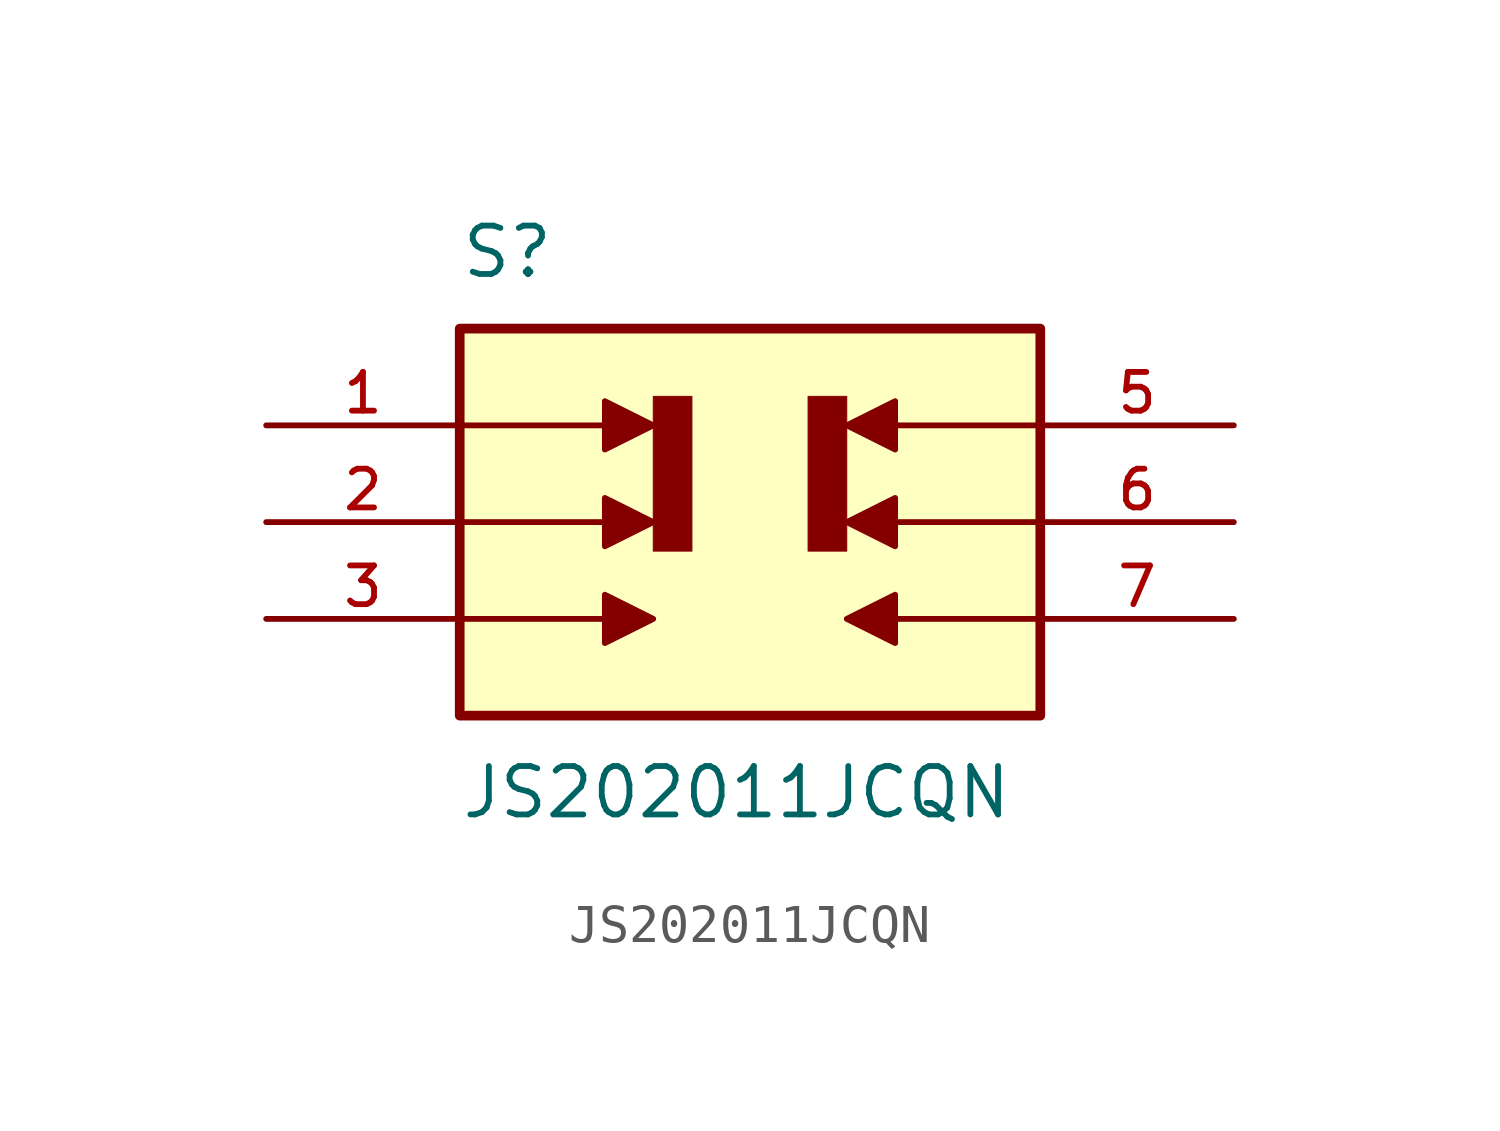
<source format=kicad_sym>
(kicad_symbol_lib
  (version 20211014)
  (generator kicad_symbol_editor)
  (symbol "JS202011JCQN"
    (pin_names
      (offset 1.016))
    (property "Reference" "S"
      (at -7.62 6.35 0)
      (effects (font (size 1.27 1.27)) (justify bottom left)))
    (property "Value" "JS202011JCQN"
      (at -7.62 -6.35 0)
      (effects (font (size 1.27 1.27)) (justify top left)))
    (symbol "JS202011JCQN_0_0"
      (polyline (pts (xy -7.62 2.54) (xy -3.81 2.54)) (stroke (width 0.152)))
      (polyline (pts (xy -3.81 3.175) (xy -3.81 1.905) (xy -2.54 2.54) (xy -3.81 3.175)) (stroke (width 0.152)) (fill (type outline)))
      (polyline (pts (xy -7.62 0.0) (xy -3.81 0.0)) (stroke (width 0.152)))
      (polyline (pts (xy -3.81 0.635) (xy -3.81 -0.635) (xy -2.54 0.0) (xy -3.81 0.635)) (stroke (width 0.152)) (fill (type outline)))
      (polyline (pts (xy -7.62 -2.54) (xy -3.81 -2.54)) (stroke (width 0.152)))
      (polyline (pts (xy -3.81 -1.905) (xy -3.81 -3.175) (xy -2.54 -2.54) (xy -3.81 -1.905)) (stroke (width 0.152)) (fill (type outline)))
      (polyline (pts (xy 7.62 2.54) (xy 3.81 2.54)) (stroke (width 0.152)))
      (polyline (pts (xy 3.81 1.905) (xy 3.81 3.175) (xy 2.54 2.54) (xy 3.81 1.905)) (stroke (width 0.152)) (fill (type outline)))
      (polyline (pts (xy 7.62 0.0) (xy 3.81 0.0)) (stroke (width 0.152)))
      (polyline (pts (xy 3.81 -0.635) (xy 3.81 0.635) (xy 2.54 0.0) (xy 3.81 -0.635)) (stroke (width 0.152)) (fill (type outline)))
      (polyline (pts (xy 7.62 -2.54) (xy 3.81 -2.54)) (stroke (width 0.152)))
      (polyline (pts (xy 3.81 -3.175) (xy 3.81 -1.905) (xy 2.54 -2.54) (xy 3.81 -3.175)) (stroke (width 0.152)) (fill (type outline)))
      (polyline (pts (xy -2.54 3.302) (xy -2.54 -0.762) (xy -1.524 -0.762) (xy -1.524 3.302) (xy -2.54 3.302)) (stroke (width 0.025)) (fill (type outline)))
      (polyline (pts (xy 1.524 3.302) (xy 1.524 -0.762) (xy 2.54 -0.762) (xy 2.54 3.302) (xy 1.524 3.302)) (stroke (width 0.025)) (fill (type outline)))
      (rectangle (start -7.62 -5.08) (end 7.62 5.08) (stroke (width 0.254)) (fill (type background)))
      (pin passive line (at -12.7 2.54 0) (length 5.08) (name "~" (effects (font (size 1.016 1.016)))) (number "1" (effects (font (size 1.016 1.016)))))
      (pin passive line (at -12.7 0.0 0) (length 5.08) (name "~" (effects (font (size 1.016 1.016)))) (number "2" (effects (font (size 1.016 1.016)))))
      (pin passive line (at -12.7 -2.54 0) (length 5.08) (name "~" (effects (font (size 1.016 1.016)))) (number "3" (effects (font (size 1.016 1.016)))))
      (pin passive line (at 12.7 2.54 180.0) (length 5.08) (name "~" (effects (font (size 1.016 1.016)))) (number "5" (effects (font (size 1.016 1.016)))))
      (pin passive line (at 12.7 0.0 180.0) (length 5.08) (name "~" (effects (font (size 1.016 1.016)))) (number "6" (effects (font (size 1.016 1.016)))))
      (pin passive line (at 12.7 -2.54 180.0) (length 5.08) (name "~" (effects (font (size 1.016 1.016)))) (number "7" (effects (font (size 1.016 1.016))))))))
</source>
